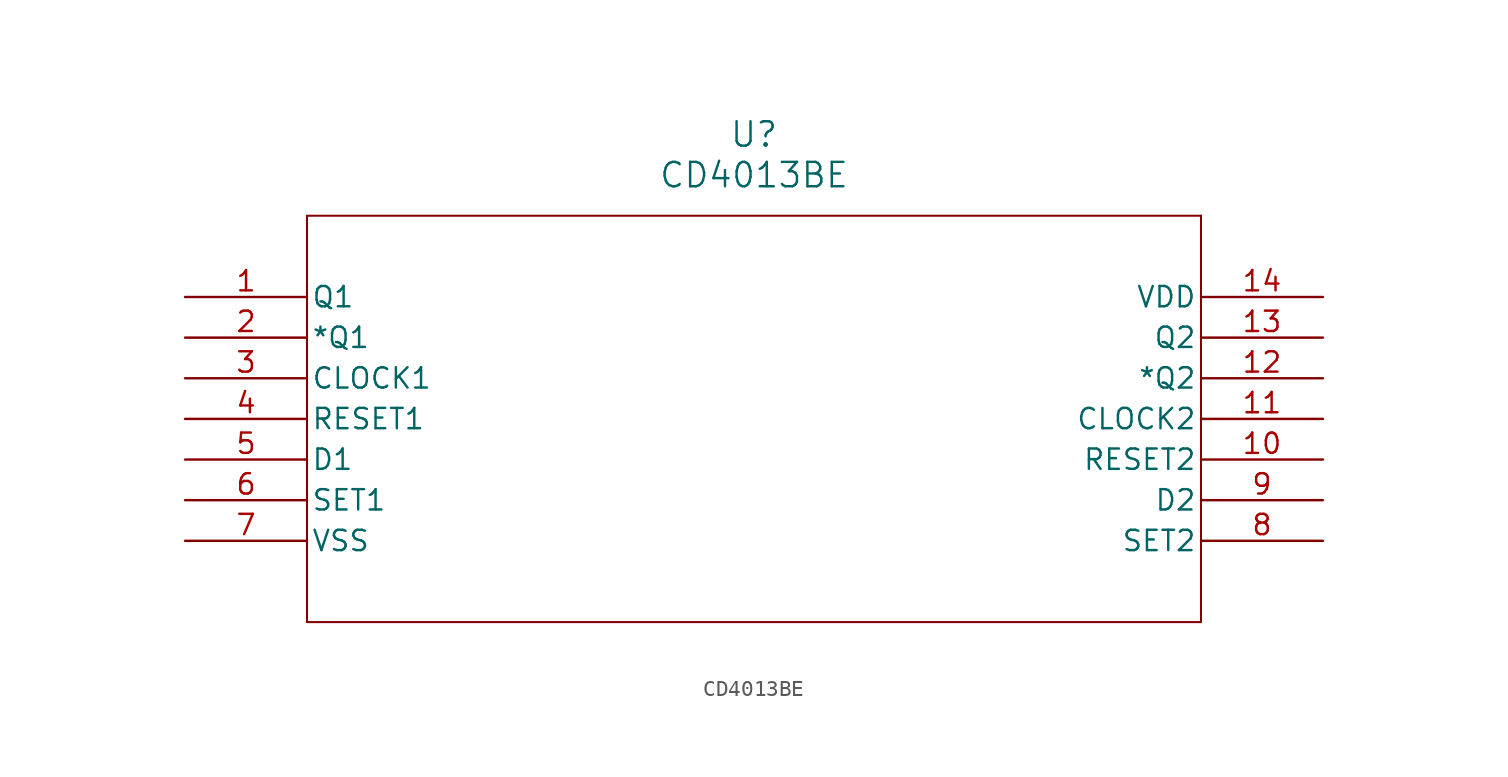
<source format=kicad_sym>
(kicad_symbol_lib
  (version 20211014)
  (generator kicad_symbol_editor)
  (symbol "CD4013BE"
    (pin_names
      (offset 0.254))
    (property "Reference" "U"
      (at 35.56 10.16 0)
      (effects (font (size 1.524 1.524))))
    (property "Value" "CD4013BE"
      (at 35.56 7.62 0)
      (effects (font (size 1.524 1.524))))
    (symbol "CD4013BE_0_1"
      (polyline (pts (xy 7.62 5.08) (xy 7.62 -20.32)) (stroke (width 0.127) (type default) (color 0 0 0 0)) (fill (type none)))
      (polyline (pts (xy 7.62 -20.32) (xy 63.5 -20.32)) (stroke (width 0.127) (type default) (color 0 0 0 0)) (fill (type none)))
      (polyline (pts (xy 63.5 -20.32) (xy 63.5 5.08)) (stroke (width 0.127) (type default) (color 0 0 0 0)) (fill (type none)))
      (polyline (pts (xy 63.5 5.08) (xy 7.62 5.08)) (stroke (width 0.127) (type default) (color 0 0 0 0)) (fill (type none)))
      (pin unspecified line (at 0 0 0) (length 7.62) (name "Q1" (effects (font (size 1.27 1.27)))) (number "1" (effects (font (size 1.27 1.27)))))
      (pin unspecified line (at 0 -2.54 0) (length 7.62) (name "*Q1" (effects (font (size 1.27 1.27)))) (number "2" (effects (font (size 1.27 1.27)))))
      (pin unspecified line (at 0 -5.08 0) (length 7.62) (name "CLOCK1" (effects (font (size 1.27 1.27)))) (number "3" (effects (font (size 1.27 1.27)))))
      (pin unspecified line (at 0 -7.62 0) (length 7.62) (name "RESET1" (effects (font (size 1.27 1.27)))) (number "4" (effects (font (size 1.27 1.27)))))
      (pin unspecified line (at 0 -10.16 0) (length 7.62) (name "D1" (effects (font (size 1.27 1.27)))) (number "5" (effects (font (size 1.27 1.27)))))
      (pin unspecified line (at 0 -12.7 0) (length 7.62) (name "SET1" (effects (font (size 1.27 1.27)))) (number "6" (effects (font (size 1.27 1.27)))))
      (pin power_in line (at 0 -15.24 0) (length 7.62) (name "VSS" (effects (font (size 1.27 1.27)))) (number "7" (effects (font (size 1.27 1.27)))))
      (pin unspecified line (at 71.12 -15.24 180) (length 7.62) (name "SET2" (effects (font (size 1.27 1.27)))) (number "8" (effects (font (size 1.27 1.27)))))
      (pin unspecified line (at 71.12 -12.7 180) (length 7.62) (name "D2" (effects (font (size 1.27 1.27)))) (number "9" (effects (font (size 1.27 1.27)))))
      (pin unspecified line (at 71.12 -10.16 180) (length 7.62) (name "RESET2" (effects (font (size 1.27 1.27)))) (number "10" (effects (font (size 1.27 1.27)))))
      (pin unspecified line (at 71.12 -7.62 180) (length 7.62) (name "CLOCK2" (effects (font (size 1.27 1.27)))) (number "11" (effects (font (size 1.27 1.27)))))
      (pin unspecified line (at 71.12 -5.08 180) (length 7.62) (name "*Q2" (effects (font (size 1.27 1.27)))) (number "12" (effects (font (size 1.27 1.27)))))
      (pin unspecified line (at 71.12 -2.54 180) (length 7.62) (name "Q2" (effects (font (size 1.27 1.27)))) (number "13" (effects (font (size 1.27 1.27)))))
      (pin power_in line (at 71.12 0 180) (length 7.62) (name "VDD" (effects (font (size 1.27 1.27)))) (number "14" (effects (font (size 1.27 1.27))))))))
</source>
